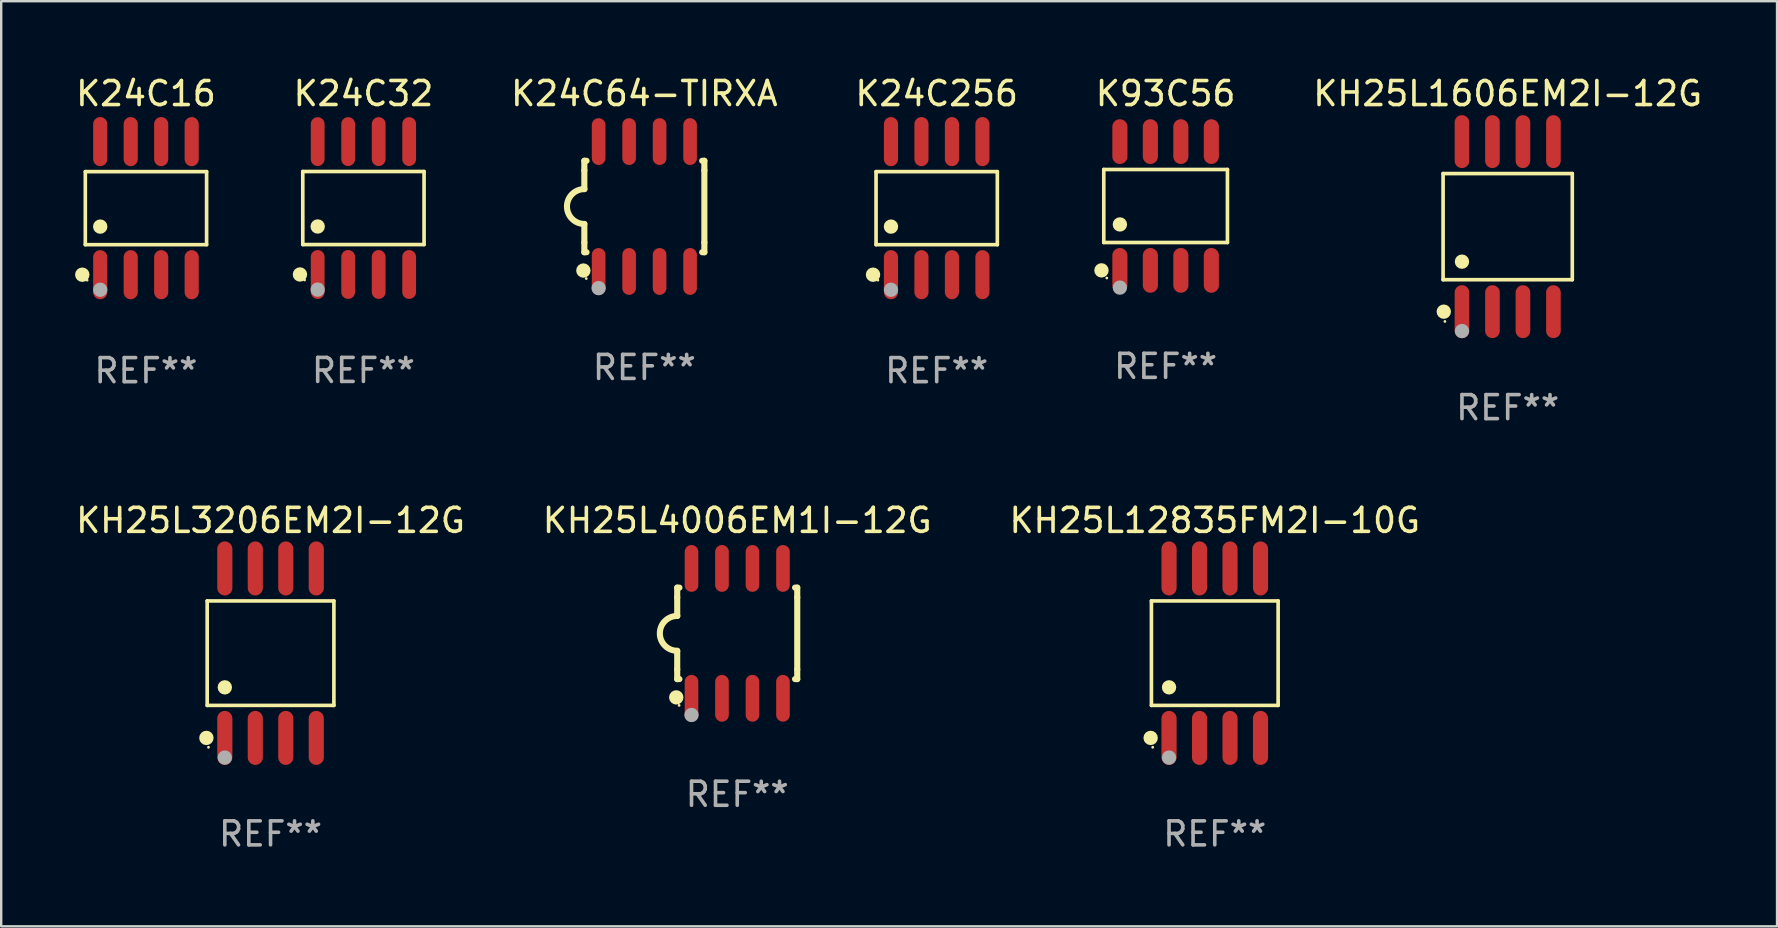
<source format=kicad_pcb>
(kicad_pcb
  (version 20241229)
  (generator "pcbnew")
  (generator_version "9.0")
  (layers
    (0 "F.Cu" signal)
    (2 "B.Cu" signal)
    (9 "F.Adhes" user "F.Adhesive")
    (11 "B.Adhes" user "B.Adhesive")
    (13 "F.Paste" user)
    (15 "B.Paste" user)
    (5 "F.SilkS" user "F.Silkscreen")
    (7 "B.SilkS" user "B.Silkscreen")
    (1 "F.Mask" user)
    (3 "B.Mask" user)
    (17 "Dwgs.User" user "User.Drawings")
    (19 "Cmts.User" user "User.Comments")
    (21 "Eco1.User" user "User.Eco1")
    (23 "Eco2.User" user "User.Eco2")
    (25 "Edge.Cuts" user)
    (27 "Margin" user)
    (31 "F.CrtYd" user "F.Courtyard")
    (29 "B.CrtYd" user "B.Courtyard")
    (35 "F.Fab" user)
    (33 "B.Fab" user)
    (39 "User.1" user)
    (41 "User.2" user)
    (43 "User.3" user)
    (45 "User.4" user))
  (footprint "KH25L1606EM2I-12G"
    (layer "F.Cu")
    (at 59.756 6.391)
    (property "Reference" "KH25L1606EM2I-12G" (at 0 -5.542 0) (layer "F.SilkS") (effects (font (size 1 1) (thickness 0.15))))
    (attr through_hole)
    (fp_line (start -2.691 -2.211) (end 2.691 -2.211) (stroke (width 0.152) (type solid)) (layer "F.SilkS"))
    (fp_line (start -2.691 2.211) (end -2.691 -2.211) (stroke (width 0.152) (type solid)) (layer "F.SilkS"))
    (fp_line (start 2.691 -2.211) (end 2.691 2.211) (stroke (width 0.152) (type solid)) (layer "F.SilkS"))
    (fp_line (start 2.691 2.211) (end -2.691 2.211) (stroke (width 0.152) (type solid)) (layer "F.SilkS"))
    (fp_circle (center -2.662 3.542) (end -2.512 3.542) (stroke (width 0.3) (type solid)) (fill no) (layer "F.SilkS"))
    (fp_circle (center -2.615 3.95) (end -2.585 3.95) (stroke (width 0.06) (type solid)) (fill no) (layer "F.SilkS"))
    (fp_circle (center -1.905 1.459) (end -1.755 1.459) (stroke (width 0.3) (type solid)) (fill no) (layer "F.SilkS"))
    (fp_circle (center -1.905 4.35) (end -1.755 4.35) (stroke (width 0.3) (type solid)) (fill no) (layer "F.Fab"))
    (fp_text user "REF**" (at 0 7.542 0) (layer "F.Fab") (effects (font (size 1 1) (thickness 0.15))))
    (pad "1" smd oval (at -1.905 3.542) (size 0.609 2.204) (layers "F.Cu" "F.Mask" "F.Paste"))
    (pad "2" smd oval (at -0.635 3.542) (size 0.609 2.204) (layers "F.Cu" "F.Mask" "F.Paste"))
    (pad "3" smd oval (at 0.635 3.542) (size 0.609 2.204) (layers "F.Cu" "F.Mask" "F.Paste"))
    (pad "4" smd oval (at 1.905 3.542) (size 0.609 2.204) (layers "F.Cu" "F.Mask" "F.Paste"))
    (pad "5" smd oval (at 1.905 -3.542) (size 0.609 2.204) (layers "F.Cu" "F.Mask" "F.Paste"))
    (pad "6" smd oval (at 0.635 -3.542) (size 0.609 2.204) (layers "F.Cu" "F.Mask" "F.Paste"))
    (pad "7" smd oval (at -0.635 -3.542) (size 0.609 2.204) (layers "F.Cu" "F.Mask" "F.Paste"))
    (pad "8" smd oval (at -1.905 -3.542) (size 0.609 2.204) (layers "F.Cu" "F.Mask" "F.Paste")))
  (footprint "KH25L3206EM2I-12G"
    (layer "F.Cu")
    (at 8.22 24.159)
    (property "Reference" "KH25L3206EM2I-12G" (at 0 -5.53 0) (layer "F.SilkS") (effects (font (size 1 1) (thickness 0.15))))
    (attr through_hole)
    (fp_line (start -2.639 -2.176) (end 2.639 -2.176) (stroke (width 0.152) (type solid)) (layer "F.SilkS"))
    (fp_line (start -2.639 2.176) (end -2.639 -2.176) (stroke (width 0.152) (type solid)) (layer "F.SilkS"))
    (fp_line (start 2.639 -2.176) (end 2.639 2.176) (stroke (width 0.152) (type solid)) (layer "F.SilkS"))
    (fp_line (start 2.639 2.176) (end -2.639 2.176) (stroke (width 0.152) (type solid)) (layer "F.SilkS"))
    (fp_circle (center -2.672 3.53) (end -2.522 3.53) (stroke (width 0.3) (type solid)) (fill no) (layer "F.SilkS"))
    (fp_circle (center -2.585 3.92) (end -2.555 3.92) (stroke (width 0.06) (type solid)) (fill no) (layer "F.SilkS"))
    (fp_circle (center -1.905 1.424) (end -1.755 1.424) (stroke (width 0.3) (type solid)) (fill no) (layer "F.SilkS"))
    (fp_circle (center -1.905 4.35) (end -1.755 4.35) (stroke (width 0.3) (type solid)) (fill no) (layer "F.Fab"))
    (fp_text user "REF**" (at 0 7.53 0) (layer "F.Fab") (effects (font (size 1 1) (thickness 0.15))))
    (pad "1" smd oval (at -1.905 3.53) (size 0.63 2.25) (layers "F.Cu" "F.Mask" "F.Paste"))
    (pad "2" smd oval (at -0.635 3.53) (size 0.63 2.25) (layers "F.Cu" "F.Mask" "F.Paste"))
    (pad "3" smd oval (at 0.635 3.53) (size 0.63 2.25) (layers "F.Cu" "F.Mask" "F.Paste"))
    (pad "4" smd oval (at 1.905 3.53) (size 0.63 2.25) (layers "F.Cu" "F.Mask" "F.Paste"))
    (pad "5" smd oval (at 1.905 -3.53) (size 0.63 2.25) (layers "F.Cu" "F.Mask" "F.Paste"))
    (pad "6" smd oval (at 0.635 -3.53) (size 0.63 2.25) (layers "F.Cu" "F.Mask" "F.Paste"))
    (pad "7" smd oval (at -0.635 -3.53) (size 0.63 2.25) (layers "F.Cu" "F.Mask" "F.Paste"))
    (pad "8" smd oval (at -1.905 -3.53) (size 0.63 2.25) (layers "F.Cu" "F.Mask" "F.Paste")))
  (footprint "K24C32"
    (layer "F.Cu")
    (at 12.089 5.616)
    (property "Reference" "K24C32" (at 0 -4.768 0) (layer "F.SilkS") (effects (font (size 1 1) (thickness 0.15))))
    (attr through_hole)
    (fp_line (start -2.526 -1.521) (end 2.526 -1.521) (stroke (width 0.152) (type solid)) (layer "F.SilkS"))
    (fp_line (start -2.526 1.521) (end -2.526 -1.521) (stroke (width 0.152) (type solid)) (layer "F.SilkS"))
    (fp_line (start 2.526 -1.521) (end 2.526 1.521) (stroke (width 0.152) (type solid)) (layer "F.SilkS"))
    (fp_line (start 2.526 1.521) (end -2.526 1.521) (stroke (width 0.152) (type solid)) (layer "F.SilkS"))
    (fp_circle (center -2.644 2.768) (end -2.494 2.768) (stroke (width 0.3) (type solid)) (fill no) (layer "F.SilkS"))
    (fp_circle (center -2.45 2.998) (end -2.42 2.998) (stroke (width 0.06) (type solid)) (fill no) (layer "F.SilkS"))
    (fp_circle (center -1.905 0.769) (end -1.755 0.769) (stroke (width 0.3) (type solid)) (fill no) (layer "F.SilkS"))
    (fp_circle (center -1.905 3.398) (end -1.755 3.398) (stroke (width 0.3) (type solid)) (fill no) (layer "F.Fab"))
    (fp_text user "REF**" (at 0 6.768 0) (layer "F.Fab") (effects (font (size 1 1) (thickness 0.15))))
    (pad "1" smd oval (at -1.905 2.768) (size 0.574 2.036) (layers "F.Cu" "F.Mask" "F.Paste"))
    (pad "2" smd oval (at -0.635 2.768) (size 0.574 2.036) (layers "F.Cu" "F.Mask" "F.Paste"))
    (pad "3" smd oval (at 0.635 2.768) (size 0.574 2.036) (layers "F.Cu" "F.Mask" "F.Paste"))
    (pad "4" smd oval (at 1.905 2.768) (size 0.574 2.036) (layers "F.Cu" "F.Mask" "F.Paste"))
    (pad "5" smd oval (at 1.905 -2.768) (size 0.574 2.036) (layers "F.Cu" "F.Mask" "F.Paste"))
    (pad "6" smd oval (at 0.635 -2.768) (size 0.574 2.036) (layers "F.Cu" "F.Mask" "F.Paste"))
    (pad "7" smd oval (at -0.635 -2.768) (size 0.574 2.036) (layers "F.Cu" "F.Mask" "F.Paste"))
    (pad "8" smd oval (at -1.905 -2.768) (size 0.574 2.036) (layers "F.Cu" "F.Mask" "F.Paste")))
  (footprint "K24C16"
    (layer "F.Cu")
    (at 3.03 5.621)
    (property "Reference" "K24C16" (at 0 -4.772 0) (layer "F.SilkS") (effects (font (size 1 1) (thickness 0.15))))
    (attr through_hole)
    (fp_line (start -2.526 -1.521) (end 2.526 -1.521) (stroke (width 0.152) (type solid)) (layer "F.SilkS"))
    (fp_line (start -2.526 1.521) (end -2.526 -1.521) (stroke (width 0.152) (type solid)) (layer "F.SilkS"))
    (fp_line (start 2.526 -1.521) (end 2.526 1.521) (stroke (width 0.152) (type solid)) (layer "F.SilkS"))
    (fp_line (start 2.526 1.521) (end -2.526 1.521) (stroke (width 0.152) (type solid)) (layer "F.SilkS"))
    (fp_circle (center -2.652 2.772) (end -2.501 2.772) (stroke (width 0.3) (type solid)) (fill no) (layer "F.SilkS"))
    (fp_circle (center -2.45 3) (end -2.42 3) (stroke (width 0.06) (type solid)) (fill no) (layer "F.SilkS"))
    (fp_circle (center -1.905 0.769) (end -1.755 0.769) (stroke (width 0.3) (type solid)) (fill no) (layer "F.SilkS"))
    (fp_circle (center -1.905 3.4) (end -1.755 3.4) (stroke (width 0.3) (type solid)) (fill no) (layer "F.Fab"))
    (fp_text user "REF**" (at 0 6.772 0) (layer "F.Fab") (effects (font (size 1 1) (thickness 0.15))))
    (pad "1" smd oval (at -1.905 2.772) (size 0.588 2.045) (layers "F.Cu" "F.Mask" "F.Paste"))
    (pad "2" smd oval (at -0.635 2.772) (size 0.588 2.045) (layers "F.Cu" "F.Mask" "F.Paste"))
    (pad "3" smd oval (at 0.635 2.772) (size 0.588 2.045) (layers "F.Cu" "F.Mask" "F.Paste"))
    (pad "4" smd oval (at 1.905 2.772) (size 0.588 2.045) (layers "F.Cu" "F.Mask" "F.Paste"))
    (pad "5" smd oval (at 1.905 -2.772) (size 0.588 2.045) (layers "F.Cu" "F.Mask" "F.Paste"))
    (pad "6" smd oval (at 0.635 -2.772) (size 0.588 2.045) (layers "F.Cu" "F.Mask" "F.Paste"))
    (pad "7" smd oval (at -0.635 -2.772) (size 0.588 2.045) (layers "F.Cu" "F.Mask" "F.Paste"))
    (pad "8" smd oval (at -1.905 -2.772) (size 0.588 2.045) (layers "F.Cu" "F.Mask" "F.Paste")))
  (footprint "KH25L12835FM2I-10G"
    (layer "F.Cu")
    (at 47.554 24.159)
    (property "Reference" "KH25L12835FM2I-10G" (at 0 -5.53 0) (layer "F.SilkS") (effects (font (size 1 1) (thickness 0.15))))
    (attr through_hole)
    (fp_line (start -2.639 -2.176) (end 2.639 -2.176) (stroke (width 0.152) (type solid)) (layer "F.SilkS"))
    (fp_line (start -2.639 2.176) (end -2.639 -2.176) (stroke (width 0.152) (type solid)) (layer "F.SilkS"))
    (fp_line (start 2.639 -2.176) (end 2.639 2.176) (stroke (width 0.152) (type solid)) (layer "F.SilkS"))
    (fp_line (start 2.639 2.176) (end -2.639 2.176) (stroke (width 0.152) (type solid)) (layer "F.SilkS"))
    (fp_circle (center -2.672 3.53) (end -2.522 3.53) (stroke (width 0.3) (type solid)) (fill no) (layer "F.SilkS"))
    (fp_circle (center -2.585 3.92) (end -2.555 3.92) (stroke (width 0.06) (type solid)) (fill no) (layer "F.SilkS"))
    (fp_circle (center -1.905 1.424) (end -1.755 1.424) (stroke (width 0.3) (type solid)) (fill no) (layer "F.SilkS"))
    (fp_circle (center -1.905 4.35) (end -1.755 4.35) (stroke (width 0.3) (type solid)) (fill no) (layer "F.Fab"))
    (fp_text user "REF**" (at 0 7.53 0) (layer "F.Fab") (effects (font (size 1 1) (thickness 0.15))))
    (pad "1" smd oval (at -1.905 3.53) (size 0.63 2.25) (layers "F.Cu" "F.Mask" "F.Paste"))
    (pad "2" smd oval (at -0.635 3.53) (size 0.63 2.25) (layers "F.Cu" "F.Mask" "F.Paste"))
    (pad "3" smd oval (at 0.635 3.53) (size 0.63 2.25) (layers "F.Cu" "F.Mask" "F.Paste"))
    (pad "4" smd oval (at 1.905 3.53) (size 0.63 2.25) (layers "F.Cu" "F.Mask" "F.Paste"))
    (pad "5" smd oval (at 1.905 -3.53) (size 0.63 2.25) (layers "F.Cu" "F.Mask" "F.Paste"))
    (pad "6" smd oval (at 0.635 -3.53) (size 0.63 2.25) (layers "F.Cu" "F.Mask" "F.Paste"))
    (pad "7" smd oval (at -0.635 -3.53) (size 0.63 2.25) (layers "F.Cu" "F.Mask" "F.Paste"))
    (pad "8" smd oval (at -1.905 -3.53) (size 0.63 2.25) (layers "F.Cu" "F.Mask" "F.Paste")))
  (footprint "K24C64-TIRXA"
    (layer "F.Cu")
    (at 23.792 5.553)
    (property "Reference" "K24C64-TIRXA" (at 0 -4.705 0) (layer "F.SilkS") (effects (font (size 1 1) (thickness 0.15))))
    (attr through_hole)
    (fp_line (start -2.5 -1.905) (end -2.409 -1.905) (stroke (width 0.254) (type solid)) (layer "F.SilkS"))
    (fp_line (start -2.5 -1.5) (end -2.5 -1.905) (stroke (width 0.254) (type solid)) (layer "F.SilkS"))
    (fp_line (start -2.5 -1.5) (end -2.5 -0.726) (stroke (width 0.254) (type solid)) (layer "F.SilkS"))
    (fp_line (start -2.5 1.5) (end -2.5 0.727) (stroke (width 0.254) (type solid)) (layer "F.SilkS"))
    (fp_line (start -2.5 1.5) (end -2.5 1.905) (stroke (width 0.254) (type solid)) (layer "F.SilkS"))
    (fp_line (start -2.5 1.905) (end -2.409 1.905) (stroke (width 0.254) (type solid)) (layer "F.SilkS"))
    (fp_line (start 2.5 -1.905) (end 2.409 -1.905) (stroke (width 0.254) (type solid)) (layer "F.SilkS"))
    (fp_line (start 2.5 -1.5) (end 2.5 -1.905) (stroke (width 0.254) (type solid)) (layer "F.SilkS"))
    (fp_line (start 2.5 -1.5) (end 2.5 1.5) (stroke (width 0.254) (type solid)) (layer "F.SilkS"))
    (fp_line (start 2.5 1.5) (end 2.5 1.905) (stroke (width 0.254) (type solid)) (layer "F.SilkS"))
    (fp_line (start 2.5 1.905) (end 2.409 1.905) (stroke (width 0.254) (type solid)) (layer "F.SilkS"))
    (fp_arc (start -2.5 0.726568) (mid -3.220316 -0.0023) (end -2.495097 -0.726289) (stroke (width 0.254001) (type solid)) (layer "F.SilkS"))
    (fp_circle (center -2.54 2.667) (end -2.39 2.667) (stroke (width 0.3) (type solid)) (fill no) (layer "F.SilkS"))
    (fp_circle (center -2.42 3) (end -2.39 3) (stroke (width 0.06) (type solid)) (fill no) (layer "F.SilkS"))
    (fp_circle (center -1.905 3.4) (end -1.755 3.4) (stroke (width 0.3) (type solid)) (fill no) (layer "F.Fab"))
    (fp_text user "REF**" (at 0 6.705 0) (layer "F.Fab") (effects (font (size 1 1) (thickness 0.15))))
    (pad "1" smd oval (at -1.905 2.705) (size 0.568 1.95) (layers "F.Cu" "F.Mask" "F.Paste"))
    (pad "2" smd oval (at -0.635 2.705) (size 0.568 1.95) (layers "F.Cu" "F.Mask" "F.Paste"))
    (pad "3" smd oval (at 0.635 2.705) (size 0.568 1.95) (layers "F.Cu" "F.Mask" "F.Paste"))
    (pad "4" smd oval (at 1.905 2.705) (size 0.568 1.95) (layers "F.Cu" "F.Mask" "F.Paste"))
    (pad "5" smd oval (at 1.905 -2.705) (size 0.568 1.95) (layers "F.Cu" "F.Mask" "F.Paste"))
    (pad "6" smd oval (at 0.635 -2.705) (size 0.568 1.95) (layers "F.Cu" "F.Mask" "F.Paste"))
    (pad "7" smd oval (at -0.635 -2.705) (size 0.568 1.95) (layers "F.Cu" "F.Mask" "F.Paste"))
    (pad "8" smd oval (at -1.905 -2.705) (size 0.568 1.95) (layers "F.Cu" "F.Mask" "F.Paste")))
  (footprint "K93C56"
    (layer "F.Cu")
    (at 45.506 5.531)
    (property "Reference" "K93C56" (at 0 -4.682 0) (layer "F.SilkS") (effects (font (size 1 1) (thickness 0.15))))
    (attr through_hole)
    (fp_line (start -2.576 -1.521) (end 2.576 -1.521) (stroke (width 0.152) (type solid)) (layer "F.SilkS"))
    (fp_line (start -2.576 1.521) (end -2.576 -1.521) (stroke (width 0.152) (type solid)) (layer "F.SilkS"))
    (fp_line (start 2.576 -1.521) (end 2.576 1.521) (stroke (width 0.152) (type solid)) (layer "F.SilkS"))
    (fp_line (start 2.576 1.521) (end -2.576 1.521) (stroke (width 0.152) (type solid)) (layer "F.SilkS"))
    (fp_circle (center -2.672 2.682) (end -2.522 2.682) (stroke (width 0.3) (type solid)) (fill no) (layer "F.SilkS"))
    (fp_circle (center -2.45 3) (end -2.42 3) (stroke (width 0.06) (type solid)) (fill no) (layer "F.SilkS"))
    (fp_circle (center -1.905 0.769) (end -1.755 0.769) (stroke (width 0.3) (type solid)) (fill no) (layer "F.SilkS"))
    (fp_circle (center -1.905 3.4) (end -1.755 3.4) (stroke (width 0.3) (type solid)) (fill no) (layer "F.Fab"))
    (fp_text user "REF**" (at 0 6.682 0) (layer "F.Fab") (effects (font (size 1 1) (thickness 0.15))))
    (pad "1" smd oval (at -1.905 2.682) (size 0.63 1.865) (layers "F.Cu" "F.Mask" "F.Paste"))
    (pad "2" smd oval (at -0.635 2.682) (size 0.63 1.865) (layers "F.Cu" "F.Mask" "F.Paste"))
    (pad "3" smd oval (at 0.635 2.682) (size 0.63 1.865) (layers "F.Cu" "F.Mask" "F.Paste"))
    (pad "4" smd oval (at 1.905 2.682) (size 0.63 1.865) (layers "F.Cu" "F.Mask" "F.Paste"))
    (pad "5" smd oval (at 1.905 -2.682) (size 0.63 1.865) (layers "F.Cu" "F.Mask" "F.Paste"))
    (pad "6" smd oval (at 0.635 -2.682) (size 0.63 1.865) (layers "F.Cu" "F.Mask" "F.Paste"))
    (pad "7" smd oval (at -0.635 -2.682) (size 0.63 1.865) (layers "F.Cu" "F.Mask" "F.Paste"))
    (pad "8" smd oval (at -1.905 -2.682) (size 0.63 1.865) (layers "F.Cu" "F.Mask" "F.Paste")))
  (footprint "KH25L4006EM1I-12G"
    (layer "F.Cu")
    (at 27.661 23.334)
    (property "Reference" "KH25L4006EM1I-12G" (at 0 -4.705 0) (layer "F.SilkS") (effects (font (size 1 1) (thickness 0.15))))
    (attr through_hole)
    (fp_line (start -2.5 -1.905) (end -2.409 -1.905) (stroke (width 0.254) (type solid)) (layer "F.SilkS"))
    (fp_line (start -2.5 -1.5) (end -2.5 -1.905) (stroke (width 0.254) (type solid)) (layer "F.SilkS"))
    (fp_line (start -2.5 -1.5) (end -2.5 -0.726) (stroke (width 0.254) (type solid)) (layer "F.SilkS"))
    (fp_line (start -2.5 1.5) (end -2.5 0.727) (stroke (width 0.254) (type solid)) (layer "F.SilkS"))
    (fp_line (start -2.5 1.5) (end -2.5 1.905) (stroke (width 0.254) (type solid)) (layer "F.SilkS"))
    (fp_line (start -2.5 1.905) (end -2.409 1.905) (stroke (width 0.254) (type solid)) (layer "F.SilkS"))
    (fp_line (start 2.5 -1.905) (end 2.409 -1.905) (stroke (width 0.254) (type solid)) (layer "F.SilkS"))
    (fp_line (start 2.5 -1.5) (end 2.5 -1.905) (stroke (width 0.254) (type solid)) (layer "F.SilkS"))
    (fp_line (start 2.5 -1.5) (end 2.5 1.5) (stroke (width 0.254) (type solid)) (layer "F.SilkS"))
    (fp_line (start 2.5 1.5) (end 2.5 1.905) (stroke (width 0.254) (type solid)) (layer "F.SilkS"))
    (fp_line (start 2.5 1.905) (end 2.409 1.905) (stroke (width 0.254) (type solid)) (layer "F.SilkS"))
    (fp_arc (start -2.5 0.726568) (mid -3.220316 -0.0023) (end -2.495097 -0.726289) (stroke (width 0.254001) (type solid)) (layer "F.SilkS"))
    (fp_circle (center -2.54 2.667) (end -2.39 2.667) (stroke (width 0.3) (type solid)) (fill no) (layer "F.SilkS"))
    (fp_circle (center -2.42 3) (end -2.39 3) (stroke (width 0.06) (type solid)) (fill no) (layer "F.SilkS"))
    (fp_circle (center -1.905 3.4) (end -1.755 3.4) (stroke (width 0.3) (type solid)) (fill no) (layer "F.Fab"))
    (fp_text user "REF**" (at 0 6.705 0) (layer "F.Fab") (effects (font (size 1 1) (thickness 0.15))))
    (pad "1" smd oval (at -1.905 2.705) (size 0.568 1.95) (layers "F.Cu" "F.Mask" "F.Paste"))
    (pad "2" smd oval (at -0.635 2.705) (size 0.568 1.95) (layers "F.Cu" "F.Mask" "F.Paste"))
    (pad "3" smd oval (at 0.635 2.705) (size 0.568 1.95) (layers "F.Cu" "F.Mask" "F.Paste"))
    (pad "4" smd oval (at 1.905 2.705) (size 0.568 1.95) (layers "F.Cu" "F.Mask" "F.Paste"))
    (pad "5" smd oval (at 1.905 -2.705) (size 0.568 1.95) (layers "F.Cu" "F.Mask" "F.Paste"))
    (pad "6" smd oval (at 0.635 -2.705) (size 0.568 1.95) (layers "F.Cu" "F.Mask" "F.Paste"))
    (pad "7" smd oval (at -0.635 -2.705) (size 0.568 1.95) (layers "F.Cu" "F.Mask" "F.Paste"))
    (pad "8" smd oval (at -1.905 -2.705) (size 0.568 1.95) (layers "F.Cu" "F.Mask" "F.Paste")))
  (footprint "K24C256"
    (layer "F.Cu")
    (at 35.97 5.621)
    (property "Reference" "K24C256" (at 0 -4.772 0) (layer "F.SilkS") (effects (font (size 1 1) (thickness 0.15))))
    (attr through_hole)
    (fp_line (start -2.526 -1.521) (end 2.526 -1.521) (stroke (width 0.152) (type solid)) (layer "F.SilkS"))
    (fp_line (start -2.526 1.521) (end -2.526 -1.521) (stroke (width 0.152) (type solid)) (layer "F.SilkS"))
    (fp_line (start 2.526 -1.521) (end 2.526 1.521) (stroke (width 0.152) (type solid)) (layer "F.SilkS"))
    (fp_line (start 2.526 1.521) (end -2.526 1.521) (stroke (width 0.152) (type solid)) (layer "F.SilkS"))
    (fp_circle (center -2.652 2.772) (end -2.501 2.772) (stroke (width 0.3) (type solid)) (fill no) (layer "F.SilkS"))
    (fp_circle (center -2.45 3) (end -2.42 3) (stroke (width 0.06) (type solid)) (fill no) (layer "F.SilkS"))
    (fp_circle (center -1.905 0.769) (end -1.755 0.769) (stroke (width 0.3) (type solid)) (fill no) (layer "F.SilkS"))
    (fp_circle (center -1.905 3.4) (end -1.755 3.4) (stroke (width 0.3) (type solid)) (fill no) (layer "F.Fab"))
    (fp_text user "REF**" (at 0 6.772 0) (layer "F.Fab") (effects (font (size 1 1) (thickness 0.15))))
    (pad "1" smd oval (at -1.905 2.772) (size 0.588 2.045) (layers "F.Cu" "F.Mask" "F.Paste"))
    (pad "2" smd oval (at -0.635 2.772) (size 0.588 2.045) (layers "F.Cu" "F.Mask" "F.Paste"))
    (pad "3" smd oval (at 0.635 2.772) (size 0.588 2.045) (layers "F.Cu" "F.Mask" "F.Paste"))
    (pad "4" smd oval (at 1.905 2.772) (size 0.588 2.045) (layers "F.Cu" "F.Mask" "F.Paste"))
    (pad "5" smd oval (at 1.905 -2.772) (size 0.588 2.045) (layers "F.Cu" "F.Mask" "F.Paste"))
    (pad "6" smd oval (at 0.635 -2.772) (size 0.588 2.045) (layers "F.Cu" "F.Mask" "F.Paste"))
    (pad "7" smd oval (at -0.635 -2.772) (size 0.588 2.045) (layers "F.Cu" "F.Mask" "F.Paste"))
    (pad "8" smd oval (at -1.905 -2.772) (size 0.588 2.045) (layers "F.Cu" "F.Mask" "F.Paste")))
  (gr_rect
    (start -3 -3)
    (end 70.976 35.538)
    (stroke (width 0.1) (type default))
    (fill no)
    (layer "Edge.Cuts")))
</source>
